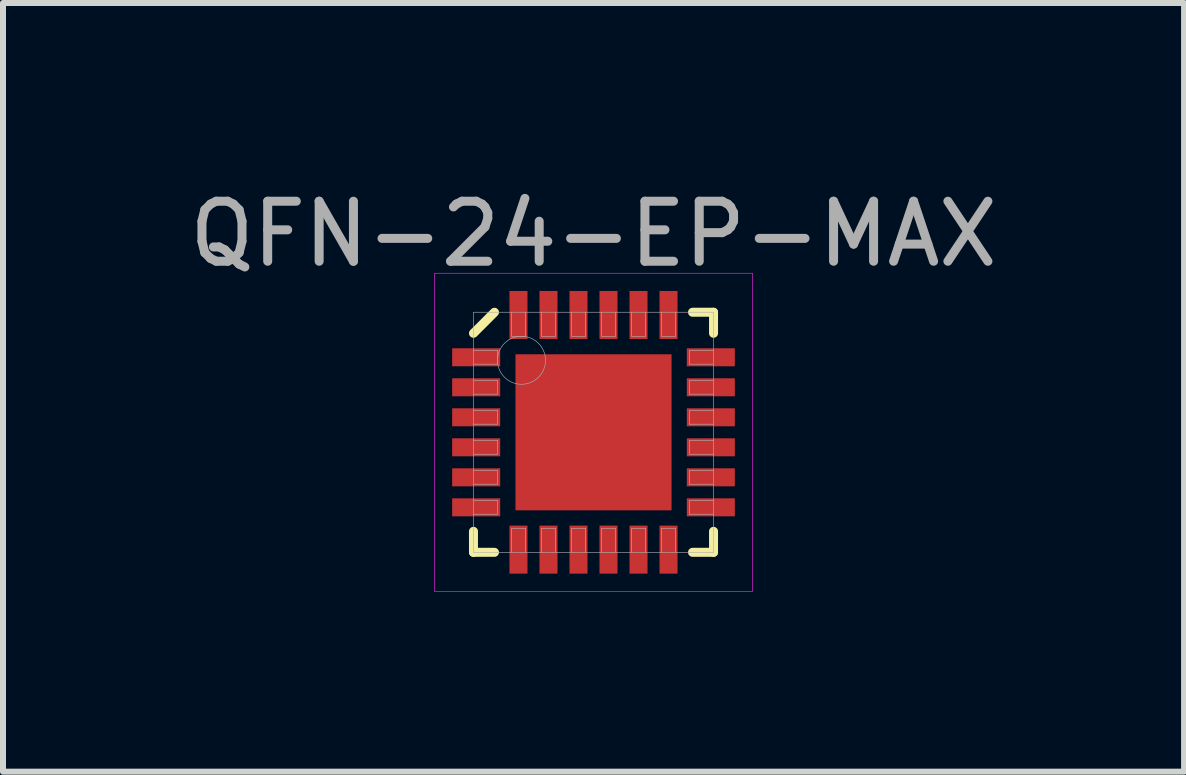
<source format=kicad_pcb>
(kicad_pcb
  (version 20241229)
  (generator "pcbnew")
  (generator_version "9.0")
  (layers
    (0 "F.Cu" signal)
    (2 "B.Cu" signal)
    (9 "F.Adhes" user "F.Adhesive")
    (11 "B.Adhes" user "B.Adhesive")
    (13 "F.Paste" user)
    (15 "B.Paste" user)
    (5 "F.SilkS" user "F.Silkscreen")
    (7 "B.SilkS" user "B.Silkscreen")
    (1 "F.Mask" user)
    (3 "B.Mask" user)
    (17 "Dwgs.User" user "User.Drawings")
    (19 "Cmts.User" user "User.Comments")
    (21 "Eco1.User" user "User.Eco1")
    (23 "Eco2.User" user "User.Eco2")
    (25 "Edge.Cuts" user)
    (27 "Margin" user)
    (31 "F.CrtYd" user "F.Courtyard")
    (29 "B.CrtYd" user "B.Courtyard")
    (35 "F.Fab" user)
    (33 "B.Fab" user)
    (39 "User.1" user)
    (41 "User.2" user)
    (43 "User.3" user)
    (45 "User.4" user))
  (footprint "QFN-24-EP-MAX"
    (layer "F.Cu")
    (at 6.839 4.153)
    (property "Reference" "QFN-24-EP-MAX" (at 0 -3.305 0) (layer "F.Fab") (effects (font (size 1 1) (thickness 0.15))))
    (attr through_hole)
    (fp_line (start -2 -1.65) (end -1.65 -2) (stroke (width 0.15) (type solid)) (layer "F.SilkS"))
    (fp_line (start -2 2) (end -2 1.65) (stroke (width 0.15) (type solid)) (layer "F.SilkS"))
    (fp_line (start -1.65 2) (end -2 2) (stroke (width 0.15) (type solid)) (layer "F.SilkS"))
    (fp_line (start 1.65 -2) (end 2 -2) (stroke (width 0.15) (type solid)) (layer "F.SilkS"))
    (fp_line (start 1.65 2) (end 2 2) (stroke (width 0.15) (type solid)) (layer "F.SilkS"))
    (fp_line (start 2 -2) (end 2 -1.65) (stroke (width 0.15) (type solid)) (layer "F.SilkS"))
    (fp_line (start 2 2) (end 2 1.65) (stroke (width 0.15) (type solid)) (layer "F.SilkS"))
    (fp_line (start -2.65 -2.65) (end 2.65 -2.65) (stroke (width 0.01) (type solid)) (layer "F.CrtYd"))
    (fp_line (start -2.65 2.65) (end -2.65 -2.65) (stroke (width 0.01) (type solid)) (layer "F.CrtYd"))
    (fp_line (start 2.65 -2.65) (end 2.65 2.65) (stroke (width 0.01) (type solid)) (layer "F.CrtYd"))
    (fp_line (start 2.65 2.65) (end -2.65 2.65) (stroke (width 0.01) (type solid)) (layer "F.CrtYd"))
    (fp_line (start -2 -2) (end 2 -2) (stroke (width 0.01) (type solid)) (layer "F.Fab"))
    (fp_line (start -2 -1.135) (end -1.6 -1.135) (stroke (width 0.01) (type solid)) (layer "F.Fab"))
    (fp_line (start -2 -0.635) (end -1.6 -0.635) (stroke (width 0.01) (type solid)) (layer "F.Fab"))
    (fp_line (start -2 -0.135) (end -1.6 -0.135) (stroke (width 0.01) (type solid)) (layer "F.Fab"))
    (fp_line (start -2 0.365) (end -1.6 0.365) (stroke (width 0.01) (type solid)) (layer "F.Fab"))
    (fp_line (start -2 0.865) (end -1.6 0.865) (stroke (width 0.01) (type solid)) (layer "F.Fab"))
    (fp_line (start -2 1.365) (end -1.6 1.365) (stroke (width 0.01) (type solid)) (layer "F.Fab"))
    (fp_line (start -2 2) (end -2 -2) (stroke (width 0.01) (type solid)) (layer "F.Fab"))
    (fp_line (start -1.6 -1.365) (end -2 -1.365) (stroke (width 0.01) (type solid)) (layer "F.Fab"))
    (fp_line (start -1.6 -1.135) (end -1.6 -1.365) (stroke (width 0.01) (type solid)) (layer "F.Fab"))
    (fp_line (start -1.6 -0.865) (end -2 -0.865) (stroke (width 0.01) (type solid)) (layer "F.Fab"))
    (fp_line (start -1.6 -0.635) (end -1.6 -0.865) (stroke (width 0.01) (type solid)) (layer "F.Fab"))
    (fp_line (start -1.6 -0.365) (end -2 -0.365) (stroke (width 0.01) (type solid)) (layer "F.Fab"))
    (fp_line (start -1.6 -0.135) (end -1.6 -0.365) (stroke (width 0.01) (type solid)) (layer "F.Fab"))
    (fp_line (start -1.6 0.135) (end -2 0.135) (stroke (width 0.01) (type solid)) (layer "F.Fab"))
    (fp_line (start -1.6 0.365) (end -1.6 0.135) (stroke (width 0.01) (type solid)) (layer "F.Fab"))
    (fp_line (start -1.6 0.635) (end -2 0.635) (stroke (width 0.01) (type solid)) (layer "F.Fab"))
    (fp_line (start -1.6 0.865) (end -1.6 0.635) (stroke (width 0.01) (type solid)) (layer "F.Fab"))
    (fp_line (start -1.6 1.135) (end -2 1.135) (stroke (width 0.01) (type solid)) (layer "F.Fab"))
    (fp_line (start -1.6 1.365) (end -1.6 1.135) (stroke (width 0.01) (type solid)) (layer "F.Fab"))
    (fp_line (start -1.365 -2) (end -1.365 -1.6) (stroke (width 0.01) (type solid)) (layer "F.Fab"))
    (fp_line (start -1.365 -1.6) (end -1.135 -1.6) (stroke (width 0.01) (type solid)) (layer "F.Fab"))
    (fp_line (start -1.365 1.6) (end -1.365 2) (stroke (width 0.01) (type solid)) (layer "F.Fab"))
    (fp_line (start -1.135 -1.6) (end -1.135 -2) (stroke (width 0.01) (type solid)) (layer "F.Fab"))
    (fp_line (start -1.135 1.6) (end -1.365 1.6) (stroke (width 0.01) (type solid)) (layer "F.Fab"))
    (fp_line (start -1.135 2) (end -1.135 1.6) (stroke (width 0.01) (type solid)) (layer "F.Fab"))
    (fp_line (start -0.865 -2) (end -0.865 -1.6) (stroke (width 0.01) (type solid)) (layer "F.Fab"))
    (fp_line (start -0.865 -1.6) (end -0.635 -1.6) (stroke (width 0.01) (type solid)) (layer "F.Fab"))
    (fp_line (start -0.865 1.6) (end -0.865 2) (stroke (width 0.01) (type solid)) (layer "F.Fab"))
    (fp_line (start -0.635 -1.6) (end -0.635 -2) (stroke (width 0.01) (type solid)) (layer "F.Fab"))
    (fp_line (start -0.635 1.6) (end -0.865 1.6) (stroke (width 0.01) (type solid)) (layer "F.Fab"))
    (fp_line (start -0.635 2) (end -0.635 1.6) (stroke (width 0.01) (type solid)) (layer "F.Fab"))
    (fp_line (start -0.365 -2) (end -0.365 -1.6) (stroke (width 0.01) (type solid)) (layer "F.Fab"))
    (fp_line (start -0.365 -1.6) (end -0.135 -1.6) (stroke (width 0.01) (type solid)) (layer "F.Fab"))
    (fp_line (start -0.365 1.6) (end -0.365 2) (stroke (width 0.01) (type solid)) (layer "F.Fab"))
    (fp_line (start -0.135 -1.6) (end -0.135 -2) (stroke (width 0.01) (type solid)) (layer "F.Fab"))
    (fp_line (start -0.135 1.6) (end -0.365 1.6) (stroke (width 0.01) (type solid)) (layer "F.Fab"))
    (fp_line (start -0.135 2) (end -0.135 1.6) (stroke (width 0.01) (type solid)) (layer "F.Fab"))
    (fp_line (start 0.135 -2) (end 0.135 -1.6) (stroke (width 0.01) (type solid)) (layer "F.Fab"))
    (fp_line (start 0.135 -1.6) (end 0.365 -1.6) (stroke (width 0.01) (type solid)) (layer "F.Fab"))
    (fp_line (start 0.135 1.6) (end 0.135 2) (stroke (width 0.01) (type solid)) (layer "F.Fab"))
    (fp_line (start 0.365 -1.6) (end 0.365 -2) (stroke (width 0.01) (type solid)) (layer "F.Fab"))
    (fp_line (start 0.365 1.6) (end 0.135 1.6) (stroke (width 0.01) (type solid)) (layer "F.Fab"))
    (fp_line (start 0.365 2) (end 0.365 1.6) (stroke (width 0.01) (type solid)) (layer "F.Fab"))
    (fp_line (start 0.635 -2) (end 0.635 -1.6) (stroke (width 0.01) (type solid)) (layer "F.Fab"))
    (fp_line (start 0.635 -1.6) (end 0.865 -1.6) (stroke (width 0.01) (type solid)) (layer "F.Fab"))
    (fp_line (start 0.635 1.6) (end 0.635 2) (stroke (width 0.01) (type solid)) (layer "F.Fab"))
    (fp_line (start 0.865 -1.6) (end 0.865 -2) (stroke (width 0.01) (type solid)) (layer "F.Fab"))
    (fp_line (start 0.865 1.6) (end 0.635 1.6) (stroke (width 0.01) (type solid)) (layer "F.Fab"))
    (fp_line (start 0.865 2) (end 0.865 1.6) (stroke (width 0.01) (type solid)) (layer "F.Fab"))
    (fp_line (start 1.135 -2) (end 1.135 -1.6) (stroke (width 0.01) (type solid)) (layer "F.Fab"))
    (fp_line (start 1.135 -1.6) (end 1.365 -1.6) (stroke (width 0.01) (type solid)) (layer "F.Fab"))
    (fp_line (start 1.135 1.6) (end 1.135 2) (stroke (width 0.01) (type solid)) (layer "F.Fab"))
    (fp_line (start 1.365 -1.6) (end 1.365 -2) (stroke (width 0.01) (type solid)) (layer "F.Fab"))
    (fp_line (start 1.365 1.6) (end 1.135 1.6) (stroke (width 0.01) (type solid)) (layer "F.Fab"))
    (fp_line (start 1.365 2) (end 1.365 1.6) (stroke (width 0.01) (type solid)) (layer "F.Fab"))
    (fp_line (start 1.6 -1.365) (end 1.6 -1.135) (stroke (width 0.01) (type solid)) (layer "F.Fab"))
    (fp_line (start 1.6 -1.135) (end 2 -1.135) (stroke (width 0.01) (type solid)) (layer "F.Fab"))
    (fp_line (start 1.6 -0.865) (end 1.6 -0.635) (stroke (width 0.01) (type solid)) (layer "F.Fab"))
    (fp_line (start 1.6 -0.635) (end 2 -0.635) (stroke (width 0.01) (type solid)) (layer "F.Fab"))
    (fp_line (start 1.6 -0.365) (end 1.6 -0.135) (stroke (width 0.01) (type solid)) (layer "F.Fab"))
    (fp_line (start 1.6 -0.135) (end 2 -0.135) (stroke (width 0.01) (type solid)) (layer "F.Fab"))
    (fp_line (start 1.6 0.135) (end 1.6 0.365) (stroke (width 0.01) (type solid)) (layer "F.Fab"))
    (fp_line (start 1.6 0.365) (end 2 0.365) (stroke (width 0.01) (type solid)) (layer "F.Fab"))
    (fp_line (start 1.6 0.635) (end 1.6 0.865) (stroke (width 0.01) (type solid)) (layer "F.Fab"))
    (fp_line (start 1.6 0.865) (end 2 0.865) (stroke (width 0.01) (type solid)) (layer "F.Fab"))
    (fp_line (start 1.6 1.135) (end 1.6 1.365) (stroke (width 0.01) (type solid)) (layer "F.Fab"))
    (fp_line (start 1.6 1.365) (end 2 1.365) (stroke (width 0.01) (type solid)) (layer "F.Fab"))
    (fp_line (start 2 -2) (end 2 2) (stroke (width 0.01) (type solid)) (layer "F.Fab"))
    (fp_line (start 2 -1.365) (end 1.6 -1.365) (stroke (width 0.01) (type solid)) (layer "F.Fab"))
    (fp_line (start 2 -0.865) (end 1.6 -0.865) (stroke (width 0.01) (type solid)) (layer "F.Fab"))
    (fp_line (start 2 -0.365) (end 1.6 -0.365) (stroke (width 0.01) (type solid)) (layer "F.Fab"))
    (fp_line (start 2 0.135) (end 1.6 0.135) (stroke (width 0.01) (type solid)) (layer "F.Fab"))
    (fp_line (start 2 0.635) (end 1.6 0.635) (stroke (width 0.01) (type solid)) (layer "F.Fab"))
    (fp_line (start 2 1.135) (end 1.6 1.135) (stroke (width 0.01) (type solid)) (layer "F.Fab"))
    (fp_line (start 2 2) (end -2 2) (stroke (width 0.01) (type solid)) (layer "F.Fab"))
    (fp_circle (center -1.2 -1.2) (end -1.2 -0.8) (stroke (width 0.01) (type solid)) (fill no) (layer "F.Fab"))
    (pad "1" smd rect (at -1.955 -1.25) (size 0.8 0.3) (layers "F.Cu" "F.Mask" "F.Paste"))
    (pad "2" smd rect (at -1.955 -0.75) (size 0.8 0.3) (layers "F.Cu" "F.Mask" "F.Paste"))
    (pad "3" smd rect (at -1.955 -0.25) (size 0.8 0.3) (layers "F.Cu" "F.Mask" "F.Paste"))
    (pad "4" smd rect (at -1.955 0.25) (size 0.8 0.3) (layers "F.Cu" "F.Mask" "F.Paste"))
    (pad "5" smd rect (at -1.955 0.75) (size 0.8 0.3) (layers "F.Cu" "F.Mask" "F.Paste"))
    (pad "6" smd rect (at -1.955 1.25) (size 0.8 0.3) (layers "F.Cu" "F.Mask" "F.Paste"))
    (pad "7" smd rect (at -1.25 1.955) (size 0.3 0.8) (layers "F.Cu" "F.Mask" "F.Paste"))
    (pad "8" smd rect (at -0.75 1.955) (size 0.3 0.8) (layers "F.Cu" "F.Mask" "F.Paste"))
    (pad "9" smd rect (at -0.25 1.955) (size 0.3 0.8) (layers "F.Cu" "F.Mask" "F.Paste"))
    (pad "10" smd rect (at 0.25 1.955) (size 0.3 0.8) (layers "F.Cu" "F.Mask" "F.Paste"))
    (pad "11" smd rect (at 0.75 1.955) (size 0.3 0.8) (layers "F.Cu" "F.Mask" "F.Paste"))
    (pad "12" smd rect (at 1.25 1.955) (size 0.3 0.8) (layers "F.Cu" "F.Mask" "F.Paste"))
    (pad "13" smd rect (at 1.955 1.25) (size 0.8 0.3) (layers "F.Cu" "F.Mask" "F.Paste"))
    (pad "14" smd rect (at 1.955 0.75) (size 0.8 0.3) (layers "F.Cu" "F.Mask" "F.Paste"))
    (pad "15" smd rect (at 1.955 0.25) (size 0.8 0.3) (layers "F.Cu" "F.Mask" "F.Paste"))
    (pad "16" smd rect (at 1.955 -0.25) (size 0.8 0.3) (layers "F.Cu" "F.Mask" "F.Paste"))
    (pad "17" smd rect (at 1.955 -0.75) (size 0.8 0.3) (layers "F.Cu" "F.Mask" "F.Paste"))
    (pad "18" smd rect (at 1.955 -1.25) (size 0.8 0.3) (layers "F.Cu" "F.Mask" "F.Paste"))
    (pad "19" smd rect (at 1.25 -1.955) (size 0.3 0.8) (layers "F.Cu" "F.Mask" "F.Paste"))
    (pad "20" smd rect (at 0.75 -1.955) (size 0.3 0.8) (layers "F.Cu" "F.Mask" "F.Paste"))
    (pad "21" smd rect (at 0.25 -1.955) (size 0.3 0.8) (layers "F.Cu" "F.Mask" "F.Paste"))
    (pad "22" smd rect (at -0.25 -1.955) (size 0.3 0.8) (layers "F.Cu" "F.Mask" "F.Paste"))
    (pad "23" smd rect (at -0.75 -1.955) (size 0.3 0.8) (layers "F.Cu" "F.Mask" "F.Paste"))
    (pad "24" smd rect (at -1.25 -1.955) (size 0.3 0.8) (layers "F.Cu" "F.Mask" "F.Paste"))
    (pad "EP" smd rect (at -0.65 -0.65) (size 0.9 0.9) (layers "F.Cu" "F.Mask"))
    (pad "EP" smd rect (at -0.65 -0.65) (size 0.9 0.9) (layers "F.Cu" "F.Paste"))
    (pad "EP" smd rect (at -0.65 0.65) (size 0.9 0.9) (layers "F.Cu" "F.Mask"))
    (pad "EP" smd rect (at -0.65 0.65) (size 0.9 0.9) (layers "F.Cu" "F.Paste"))
    (pad "EP" smd rect (at 0 0) (size 2.6 2.6) (layers "F.Cu"))
    (pad "EP" smd rect (at 0.65 -0.65) (size 0.9 0.9) (layers "F.Cu" "F.Mask"))
    (pad "EP" smd rect (at 0.65 -0.65) (size 0.9 0.9) (layers "F.Cu" "F.Paste"))
    (pad "EP" smd rect (at 0.65 0.65) (size 0.9 0.9) (layers "F.Cu" "F.Mask"))
    (pad "EP" smd rect (at 0.65 0.65) (size 0.9 0.9) (layers "F.Cu" "F.Paste")))
  (gr_rect
    (start -3 -3)
    (end 16.679 9.808)
    (stroke (width 0.1) (type default))
    (fill no)
    (layer "Edge.Cuts")))
</source>
